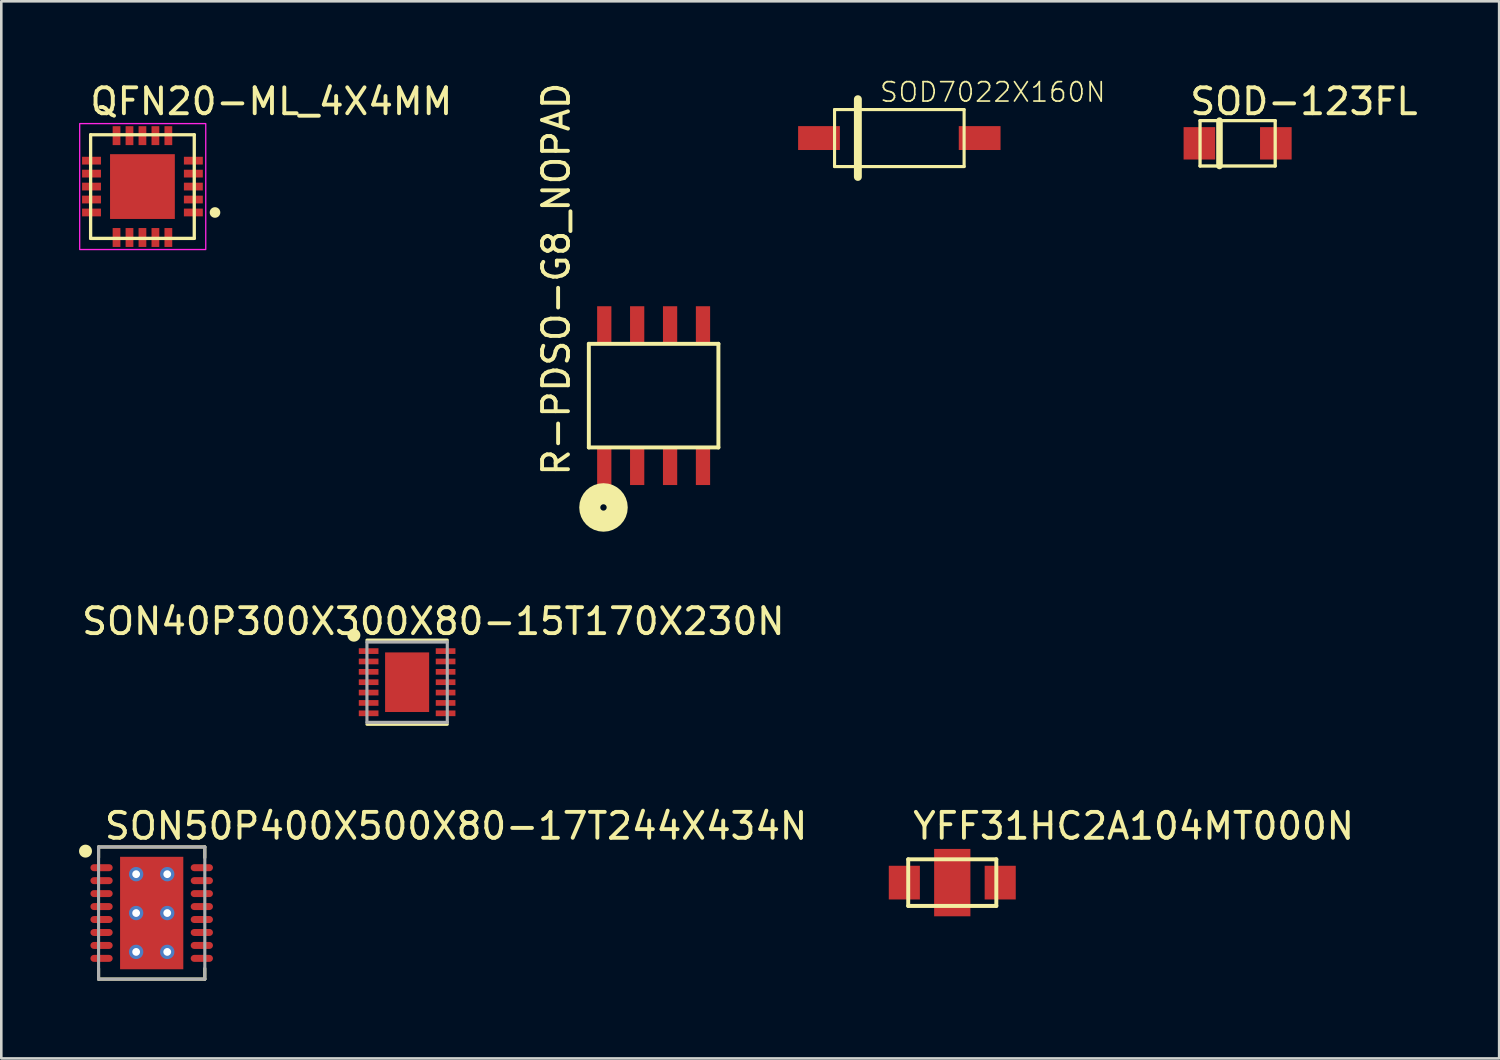
<source format=kicad_pcb>
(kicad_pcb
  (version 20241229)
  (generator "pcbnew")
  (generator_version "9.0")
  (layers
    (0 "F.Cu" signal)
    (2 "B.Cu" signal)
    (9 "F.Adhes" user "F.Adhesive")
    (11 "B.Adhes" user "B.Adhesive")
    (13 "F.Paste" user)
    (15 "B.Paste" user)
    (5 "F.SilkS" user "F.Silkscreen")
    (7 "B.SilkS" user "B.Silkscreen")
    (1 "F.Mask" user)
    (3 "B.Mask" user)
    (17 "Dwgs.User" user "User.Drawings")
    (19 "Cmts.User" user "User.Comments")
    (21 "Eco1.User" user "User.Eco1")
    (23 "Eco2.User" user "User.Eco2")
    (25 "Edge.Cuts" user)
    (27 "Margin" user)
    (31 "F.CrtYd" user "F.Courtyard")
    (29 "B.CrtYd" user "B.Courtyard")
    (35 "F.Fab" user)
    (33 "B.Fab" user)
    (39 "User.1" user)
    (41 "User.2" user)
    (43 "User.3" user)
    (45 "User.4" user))
  (footprint "R-PDSO-G8_NOPAD"
    (layer "F.Cu")
    (at 22.174 12.218)
    (property "Reference" "R-PDSO-G8_NOPAD" (at -3.175 3.175 90) (unlocked yes) (layer "F.SilkS") (effects (font (size 1 1) (thickness 0.15)) (justify left bottom)))
    (fp_line (start -2.5 -2) (end -2.5 2) (stroke (width 0.152) (type solid)) (layer "F.SilkS"))
    (fp_line (start -2.5 2) (end 2.5 2) (stroke (width 0.152) (type solid)) (layer "F.SilkS"))
    (fp_line (start 2.5 -2) (end -2.5 -2) (stroke (width 0.152) (type solid)) (layer "F.SilkS"))
    (fp_line (start 2.5 2) (end 2.5 -2) (stroke (width 0.152) (type solid)) (layer "F.SilkS"))
    (fp_circle (center -1.935 4.315) (end -1.812 4.315) (stroke (width 0.813) (type solid)) (fill no) (layer "F.SilkS"))
    (pad "1" smd rect (at -1.905 2.7) (size 0.55 1.5) (layers "F.Cu" "F.Mask" "F.Paste"))
    (pad "2" smd rect (at -0.635 2.7) (size 0.55 1.5) (layers "F.Cu" "F.Mask" "F.Paste"))
    (pad "3" smd rect (at 0.635 2.7) (size 0.55 1.5) (layers "F.Cu" "F.Mask" "F.Paste"))
    (pad "4" smd rect (at 1.905 2.7) (size 0.55 1.5) (layers "F.Cu" "F.Mask" "F.Paste"))
    (pad "5" smd rect (at 1.905 -2.7) (size 0.55 1.5) (layers "F.Cu" "F.Mask" "F.Paste"))
    (pad "6" smd rect (at 0.635 -2.7) (size 0.55 1.5) (layers "F.Cu" "F.Mask" "F.Paste"))
    (pad "7" smd rect (at -0.635 -2.7) (size 0.55 1.5) (layers "F.Cu" "F.Mask" "F.Paste"))
    (pad "8" smd rect (at -1.905 -2.7) (size 0.55 1.5) (layers "F.Cu" "F.Mask" "F.Paste")))
  (footprint "SOD−123FL"
    (layer "F.Cu")
    (at 44.711 2.481)
    (property "Reference" "SOD−123FL" (at -1.919 -1.031 0) (unlocked yes) (layer "F.SilkS") (effects (font (size 1 1) (thickness 0.15)) (justify left bottom)))
    (fp_line (start -1.45 -0.875) (end -0.7 -0.875) (stroke (width 0.127) (type solid)) (layer "F.SilkS"))
    (fp_line (start -1.45 0.875) (end -1.45 -0.875) (stroke (width 0.127) (type solid)) (layer "F.SilkS"))
    (fp_line (start -0.7 -0.875) (end -0.7 0.875) (stroke (width 0.254) (type solid)) (layer "F.SilkS"))
    (fp_line (start -0.7 -0.875) (end 1.45 -0.875) (stroke (width 0.127) (type solid)) (layer "F.SilkS"))
    (fp_line (start -0.7 0.875) (end -1.45 0.875) (stroke (width 0.127) (type solid)) (layer "F.SilkS"))
    (fp_line (start 1.45 -0.875) (end 1.45 0.875) (stroke (width 0.127) (type solid)) (layer "F.SilkS"))
    (fp_line (start 1.45 0.875) (end -0.7 0.875) (stroke (width 0.127) (type solid)) (layer "F.SilkS"))
    (pad "A" smd rect (at 1.475 0) (size 1.22 1.25) (layers "F.Cu" "F.Mask" "F.Paste"))
    (pad "K" smd rect (at -1.475 0) (size 1.22 1.25) (layers "F.Cu" "F.Mask" "F.Paste")))
  (footprint "SOD7022X160N"
    (layer "F.Cu")
    (at 31.656 2.278)
    (property "Reference" "SOD7022X160N" (at -0.8 -1.335 0) (unlocked yes) (layer "F.SilkS") (effects (font (size 0.748 0.748) (thickness 0.065)) (justify left bottom)))
    (fp_line (start -2.5 -1.1) (end 2.5 -1.1) (stroke (width 0.12) (type solid)) (layer "F.SilkS"))
    (fp_line (start -2.5 1.1) (end -2.5 -1.1) (stroke (width 0.12) (type solid)) (layer "F.SilkS"))
    (fp_line (start -1.6 -1.5) (end -1.6 1.5) (stroke (width 0.305) (type solid)) (layer "F.SilkS"))
    (fp_line (start 2.5 -1.1) (end 2.5 1.1) (stroke (width 0.12) (type solid)) (layer "F.SilkS"))
    (fp_line (start 2.5 1.1) (end -2.5 1.1) (stroke (width 0.12) (type solid)) (layer "F.SilkS"))
    (pad "1" smd rect (at -3.1 0) (size 1.612 0.922) (layers "F.Cu" "F.Mask" "F.Paste"))
    (pad "2" smd rect (at 3.1 0) (size 1.612 0.922) (layers "F.Cu" "F.Mask" "F.Paste")))
  (footprint "YFF31HC2A104MT000N"
    (layer "F.Cu")
    (at 33.699 31.011)
    (property "Reference" "YFF31HC2A104MT000N" (at -1.6 -1.6 0) (unlocked yes) (layer "F.SilkS") (effects (font (size 1 1) (thickness 0.15)) (justify left bottom)))
    (fp_poly (pts (xy -0.8 -0.4) (xy 0.8 -0.4) (xy 0.8 -1.4) (xy -0.8 -1.4)) (stroke (width 0) (type default)) (fill yes) (layer "F.Mask"))
    (fp_poly (pts (xy -0.8 1.4) (xy 0.8 1.4) (xy 0.8 0.4) (xy -0.8 0.4)) (stroke (width 0) (type default)) (fill yes) (layer "F.Mask"))
    (fp_line (start -1.7 -0.9) (end 1.7 -0.9) (stroke (width 0.152) (type solid)) (layer "F.SilkS"))
    (fp_line (start -1.7 0.9) (end -1.7 -0.9) (stroke (width 0.152) (type solid)) (layer "F.SilkS"))
    (fp_line (start 1.7 -0.9) (end 1.7 0.9) (stroke (width 0.152) (type solid)) (layer "F.SilkS"))
    (fp_line (start 1.7 0.9) (end -1.7 0.9) (stroke (width 0.152) (type solid)) (layer "F.SilkS"))
    (fp_poly (pts (xy -0.8 -0.4) (xy 0.8 -0.4) (xy 0.8 -1.4) (xy -0.8 -1.4)) (stroke (width 0) (type default)) (fill yes) (layer "F.Paste"))
    (fp_poly (pts (xy -0.8 1.4) (xy 0.8 1.4) (xy 0.8 0.4) (xy -0.8 0.4)) (stroke (width 0) (type default)) (fill yes) (layer "F.Paste"))
    (pad "1" smd rect (at -1.85 0) (size 1.2 1.3) (layers "F.Cu" "F.Mask" "F.Paste"))
    (pad "3" smd rect (at 1.85 0) (size 1.2 1.3) (layers "F.Cu" "F.Mask" "F.Paste"))
    (pad "GND" smd rect (at 0 0) (size 1.4 2.6) (layers "F.Cu")))
  (footprint "SON50P400X500X80-17T244X434N"
    (layer "F.Cu")
    (at 2.804 32.185)
    (property "Reference" "SON50P400X500X80-17T244X434N" (at -1.9 -2.774 0) (unlocked yes) (layer "F.SilkS") (effects (font (size 1 1) (thickness 0.15)) (justify left bottom)))
    (fp_line (start -2.05 -2.55) (end 2.05 -2.55) (stroke (width 0.12) (type solid)) (layer "F.SilkS"))
    (fp_line (start -2.05 -2.139) (end -2.05 -2.55) (stroke (width 0.12) (type solid)) (layer "F.SilkS"))
    (fp_line (start -2.05 2.139) (end -2.05 2.55) (stroke (width 0.12) (type solid)) (layer "F.SilkS"))
    (fp_line (start -2.05 2.55) (end 2.05 2.55) (stroke (width 0.12) (type solid)) (layer "F.SilkS"))
    (fp_line (start 2.05 -2.55) (end 2.05 -2.139) (stroke (width 0.12) (type solid)) (layer "F.SilkS"))
    (fp_line (start 2.05 2.55) (end 2.05 2.139) (stroke (width 0.12) (type solid)) (layer "F.SilkS"))
    (fp_circle (center -2.554 -2.389) (end -2.429 -2.389) (stroke (width 0.25) (type solid)) (fill yes) (layer "F.SilkS"))
    (fp_poly (pts (xy -1 -0.1) (xy -0.1 -0.1) (xy -0.1 -2) (xy -1 -2)) (stroke (width 0) (type default)) (fill yes) (layer "F.Paste"))
    (fp_poly (pts (xy -1 2) (xy -0.1 2) (xy -0.1 0.1) (xy -1 0.1)) (stroke (width 0) (type default)) (fill yes) (layer "F.Paste"))
    (fp_poly (pts (xy 0.1 -0.1) (xy 1 -0.1) (xy 1 -2) (xy 0.1 -2)) (stroke (width 0) (type default)) (fill yes) (layer "F.Paste"))
    (fp_poly (pts (xy 0.1 2) (xy 1 2) (xy 1 0.1) (xy 0.1 0.1)) (stroke (width 0) (type default)) (fill yes) (layer "F.Paste"))
    (fp_line (start -2.05 -2.55) (end 2.05 -2.55) (stroke (width 0.12) (type solid)) (layer "F.Fab"))
    (fp_line (start -2.05 2.55) (end -2.05 -2.55) (stroke (width 0.12) (type solid)) (layer "F.Fab"))
    (fp_line (start 2.05 -2.55) (end 2.05 2.55) (stroke (width 0.12) (type solid)) (layer "F.Fab"))
    (fp_line (start 2.05 2.55) (end -2.05 2.55) (stroke (width 0.12) (type solid)) (layer "F.Fab"))
    (pad "1" smd roundrect (at -1.935 -1.75) (size 0.86 0.27) (layers "F.Cu" "F.Mask" "F.Paste") (roundrect_rratio 0.5))
    (pad "2" smd roundrect (at -1.935 -1.25) (size 0.86 0.27) (layers "F.Cu" "F.Mask" "F.Paste") (roundrect_rratio 0.5))
    (pad "3" smd roundrect (at -1.935 -0.75) (size 0.86 0.27) (layers "F.Cu" "F.Mask" "F.Paste") (roundrect_rratio 0.5))
    (pad "4" smd roundrect (at -1.935 -0.25) (size 0.86 0.27) (layers "F.Cu" "F.Mask" "F.Paste") (roundrect_rratio 0.5))
    (pad "5" smd roundrect (at -1.935 0.25) (size 0.86 0.27) (layers "F.Cu" "F.Mask" "F.Paste") (roundrect_rratio 0.5))
    (pad "6" smd roundrect (at -1.935 0.75) (size 0.86 0.27) (layers "F.Cu" "F.Mask" "F.Paste") (roundrect_rratio 0.5))
    (pad "7" smd roundrect (at -1.935 1.25) (size 0.86 0.27) (layers "F.Cu" "F.Mask" "F.Paste") (roundrect_rratio 0.5))
    (pad "8" smd roundrect (at -1.935 1.75) (size 0.86 0.27) (layers "F.Cu" "F.Mask" "F.Paste") (roundrect_rratio 0.5))
    (pad "9" smd roundrect (at 1.935 1.75) (size 0.86 0.27) (layers "F.Cu" "F.Mask" "F.Paste") (roundrect_rratio 0.5))
    (pad "10" smd roundrect (at 1.935 1.25) (size 0.86 0.27) (layers "F.Cu" "F.Mask" "F.Paste") (roundrect_rratio 0.5))
    (pad "11" smd roundrect (at 1.935 0.75) (size 0.86 0.27) (layers "F.Cu" "F.Mask" "F.Paste") (roundrect_rratio 0.5))
    (pad "12" smd roundrect (at 1.935 0.25) (size 0.86 0.27) (layers "F.Cu" "F.Mask" "F.Paste") (roundrect_rratio 0.5))
    (pad "13" smd roundrect (at 1.935 -0.25) (size 0.86 0.27) (layers "F.Cu" "F.Mask" "F.Paste") (roundrect_rratio 0.5))
    (pad "14" smd roundrect (at 1.935 -0.75) (size 0.86 0.27) (layers "F.Cu" "F.Mask" "F.Paste") (roundrect_rratio 0.5))
    (pad "15" smd roundrect (at 1.935 -1.25) (size 0.86 0.27) (layers "F.Cu" "F.Mask" "F.Paste") (roundrect_rratio 0.5))
    (pad "16" smd roundrect (at 1.935 -1.75) (size 0.86 0.27) (layers "F.Cu" "F.Mask" "F.Paste") (roundrect_rratio 0.5))
    (pad "17" smd rect (at 0 0) (size 2.44 4.34) (layers "F.Cu" "F.Mask"))
    (pad "P$1" thru_hole circle (at -0.6 1.5) (size 0.554 0.554) (drill 0.3) (layers "*.Cu" "*.Mask"))
    (pad "P$2" thru_hole circle (at 0.6 1.5) (size 0.554 0.554) (drill 0.3) (layers "*.Cu" "*.Mask"))
    (pad "P$3" thru_hole circle (at 0.6 0) (size 0.554 0.554) (drill 0.3) (layers "*.Cu" "*.Mask"))
    (pad "P$4" thru_hole circle (at -0.6 0) (size 0.554 0.554) (drill 0.3) (layers "*.Cu" "*.Mask"))
    (pad "P$5" thru_hole circle (at -0.6 -1.5) (size 0.554 0.554) (drill 0.3) (layers "*.Cu" "*.Mask"))
    (pad "P$6" thru_hole circle (at 0.6 -1.5) (size 0.554 0.554) (drill 0.3) (layers "*.Cu" "*.Mask")))
  (footprint "QFN20-ML_4X4MM"
    (layer "F.Cu")
    (at 2.447 4.15)
    (property "Reference" "QFN20-ML_4X4MM" (at -2.1 -2.7 0) (unlocked yes) (layer "F.SilkS") (effects (font (size 1 1) (thickness 0.15)) (justify left bottom)))
    (fp_line (start -2 -2) (end 2 -2) (stroke (width 0.127) (type solid)) (layer "F.SilkS"))
    (fp_line (start -2 2) (end -2 -2) (stroke (width 0.127) (type solid)) (layer "F.SilkS"))
    (fp_line (start 2 -2) (end 2 2) (stroke (width 0.127) (type solid)) (layer "F.SilkS"))
    (fp_line (start 2 2) (end -2 2) (stroke (width 0.127) (type solid)) (layer "F.SilkS"))
    (fp_circle (center 2.8 1) (end 2.941 1) (stroke (width 0.127) (type solid)) (fill yes) (layer "F.SilkS"))
    (fp_poly (pts (xy -1.1 -0.1) (xy -0.1 -0.1) (xy -0.1 -1.1) (xy -1.1 -1.1)) (stroke (width 0) (type default)) (fill yes) (layer "F.Paste"))
    (fp_poly (pts (xy -1.1 1.1) (xy -0.1 1.1) (xy -0.1 0.1) (xy -1.1 0.1)) (stroke (width 0) (type default)) (fill yes) (layer "F.Paste"))
    (fp_poly (pts (xy 0.1 -0.1) (xy 1.1 -0.1) (xy 1.1 -1.1) (xy 0.1 -1.1)) (stroke (width 0) (type default)) (fill yes) (layer "F.Paste"))
    (fp_poly (pts (xy 0.1 1.1) (xy 1.1 1.1) (xy 1.1 0.1) (xy 0.1 0.1)) (stroke (width 0) (type default)) (fill yes) (layer "F.Paste"))
    (fp_rect (start -2.422 -2.43) (end 2.443 2.43) (stroke (width 0.05) (type default)) (fill no) (layer "F.CrtYd"))
    (pad "1" smd rect (at 1.965 1 90) (size 0.3 0.73) (layers "F.Cu" "F.Mask" "F.Paste"))
    (pad "2" smd rect (at 1.965 0.5 90) (size 0.3 0.73) (layers "F.Cu" "F.Mask" "F.Paste"))
    (pad "3" smd rect (at 1.965 0 90) (size 0.3 0.73) (layers "F.Cu" "F.Mask" "F.Paste"))
    (pad "4" smd rect (at 1.965 -0.5 90) (size 0.3 0.73) (layers "F.Cu" "F.Mask" "F.Paste"))
    (pad "5" smd rect (at 1.965 -1 90) (size 0.3 0.73) (layers "F.Cu" "F.Mask" "F.Paste"))
    (pad "6" smd rect (at 1 -1.965 180) (size 0.3 0.73) (layers "F.Cu" "F.Mask" "F.Paste"))
    (pad "7" smd rect (at 0.5 -1.965 180) (size 0.3 0.73) (layers "F.Cu" "F.Mask" "F.Paste"))
    (pad "8" smd rect (at 0 -1.965 180) (size 0.3 0.73) (layers "F.Cu" "F.Mask" "F.Paste"))
    (pad "9" smd rect (at -0.5 -1.965 180) (size 0.3 0.73) (layers "F.Cu" "F.Mask" "F.Paste"))
    (pad "10" smd rect (at -1 -1.965 180) (size 0.3 0.73) (layers "F.Cu" "F.Mask" "F.Paste"))
    (pad "11" smd rect (at -1.965 -1 270) (size 0.3 0.73) (layers "F.Cu" "F.Mask" "F.Paste"))
    (pad "12" smd rect (at -1.965 -0.5 270) (size 0.3 0.73) (layers "F.Cu" "F.Mask" "F.Paste"))
    (pad "13" smd rect (at -1.965 0 270) (size 0.3 0.73) (layers "F.Cu" "F.Mask" "F.Paste"))
    (pad "14" smd rect (at -1.965 0.5 270) (size 0.3 0.73) (layers "F.Cu" "F.Mask" "F.Paste"))
    (pad "15" smd rect (at -1.965 1 270) (size 0.3 0.73) (layers "F.Cu" "F.Mask" "F.Paste"))
    (pad "16" smd rect (at -1 1.965) (size 0.3 0.73) (layers "F.Cu" "F.Mask" "F.Paste"))
    (pad "17" smd rect (at -0.5 1.965) (size 0.3 0.73) (layers "F.Cu" "F.Mask" "F.Paste"))
    (pad "18" smd rect (at 0 1.965) (size 0.3 0.73) (layers "F.Cu" "F.Mask" "F.Paste"))
    (pad "19" smd rect (at 0.5 1.965) (size 0.3 0.73) (layers "F.Cu" "F.Mask" "F.Paste"))
    (pad "20" smd rect (at 1 1.965) (size 0.3 0.73) (layers "F.Cu" "F.Mask" "F.Paste"))
    (pad "EP" smd rect (at 0 0) (size 2.5 2.5) (layers "F.Cu" "F.Mask")))
  (footprint "SON40P300X300X80-15T170X230N"
    (layer "F.Cu")
    (at 12.661 23.277)
    (property "Reference" "SON40P300X300X80-15T170X230N" (at 1.012 -1.764 0) (unlocked yes) (layer "F.SilkS") (effects (font (size 1 1) (thickness 0.15)) (justify bottom)))
    (fp_line (start -1.55 -1.624) (end 1.55 -1.624) (stroke (width 0.12) (type solid)) (layer "F.SilkS"))
    (fp_line (start -1.55 1.624) (end 1.55 1.624) (stroke (width 0.12) (type solid)) (layer "F.SilkS"))
    (fp_circle (center -2.054 -1.814) (end -1.929 -1.814) (stroke (width 0.25) (type solid)) (fill yes) (layer "F.SilkS"))
    (fp_line (start -1.55 -1.55) (end 1.55 -1.55) (stroke (width 0.12) (type solid)) (layer "F.Fab"))
    (fp_line (start -1.55 1.55) (end -1.55 -1.55) (stroke (width 0.12) (type solid)) (layer "F.Fab"))
    (fp_line (start 1.55 -1.55) (end 1.55 1.55) (stroke (width 0.12) (type solid)) (layer "F.Fab"))
    (fp_line (start 1.55 1.55) (end -1.55 1.55) (stroke (width 0.12) (type solid)) (layer "F.Fab"))
    (pad "1" smd rect (at -1.485 -1.2) (size 0.76 0.22) (layers "F.Cu" "F.Mask" "F.Paste"))
    (pad "2" smd rect (at -1.485 -0.8) (size 0.76 0.22) (layers "F.Cu" "F.Mask" "F.Paste"))
    (pad "3" smd rect (at -1.485 -0.4) (size 0.76 0.22) (layers "F.Cu" "F.Mask" "F.Paste"))
    (pad "4" smd rect (at -1.485 0) (size 0.76 0.22) (layers "F.Cu" "F.Mask" "F.Paste"))
    (pad "5" smd rect (at -1.485 0.4) (size 0.76 0.22) (layers "F.Cu" "F.Mask" "F.Paste"))
    (pad "6" smd rect (at -1.485 0.8) (size 0.76 0.22) (layers "F.Cu" "F.Mask" "F.Paste"))
    (pad "7" smd rect (at -1.485 1.2) (size 0.76 0.22) (layers "F.Cu" "F.Mask" "F.Paste"))
    (pad "8" smd rect (at 1.485 1.2) (size 0.76 0.22) (layers "F.Cu" "F.Mask" "F.Paste"))
    (pad "9" smd rect (at 1.485 0.8) (size 0.76 0.22) (layers "F.Cu" "F.Mask" "F.Paste"))
    (pad "10" smd rect (at 1.485 0.4) (size 0.76 0.22) (layers "F.Cu" "F.Mask" "F.Paste"))
    (pad "11" smd rect (at 1.485 0) (size 0.76 0.22) (layers "F.Cu" "F.Mask" "F.Paste"))
    (pad "12" smd rect (at 1.485 -0.4) (size 0.76 0.22) (layers "F.Cu" "F.Mask" "F.Paste"))
    (pad "13" smd rect (at 1.485 -0.8) (size 0.76 0.22) (layers "F.Cu" "F.Mask" "F.Paste"))
    (pad "14" smd rect (at 1.485 -1.2) (size 0.76 0.22) (layers "F.Cu" "F.Mask" "F.Paste"))
    (pad "15" smd rect (at 0 0) (size 1.7 2.3) (layers "F.Cu" "F.Mask" "F.Paste")))
  (gr_rect
    (start -3 -3)
    (end 54.804 37.795)
    (stroke (width 0.1) (type default))
    (fill no)
    (layer "Edge.Cuts")))
</source>
